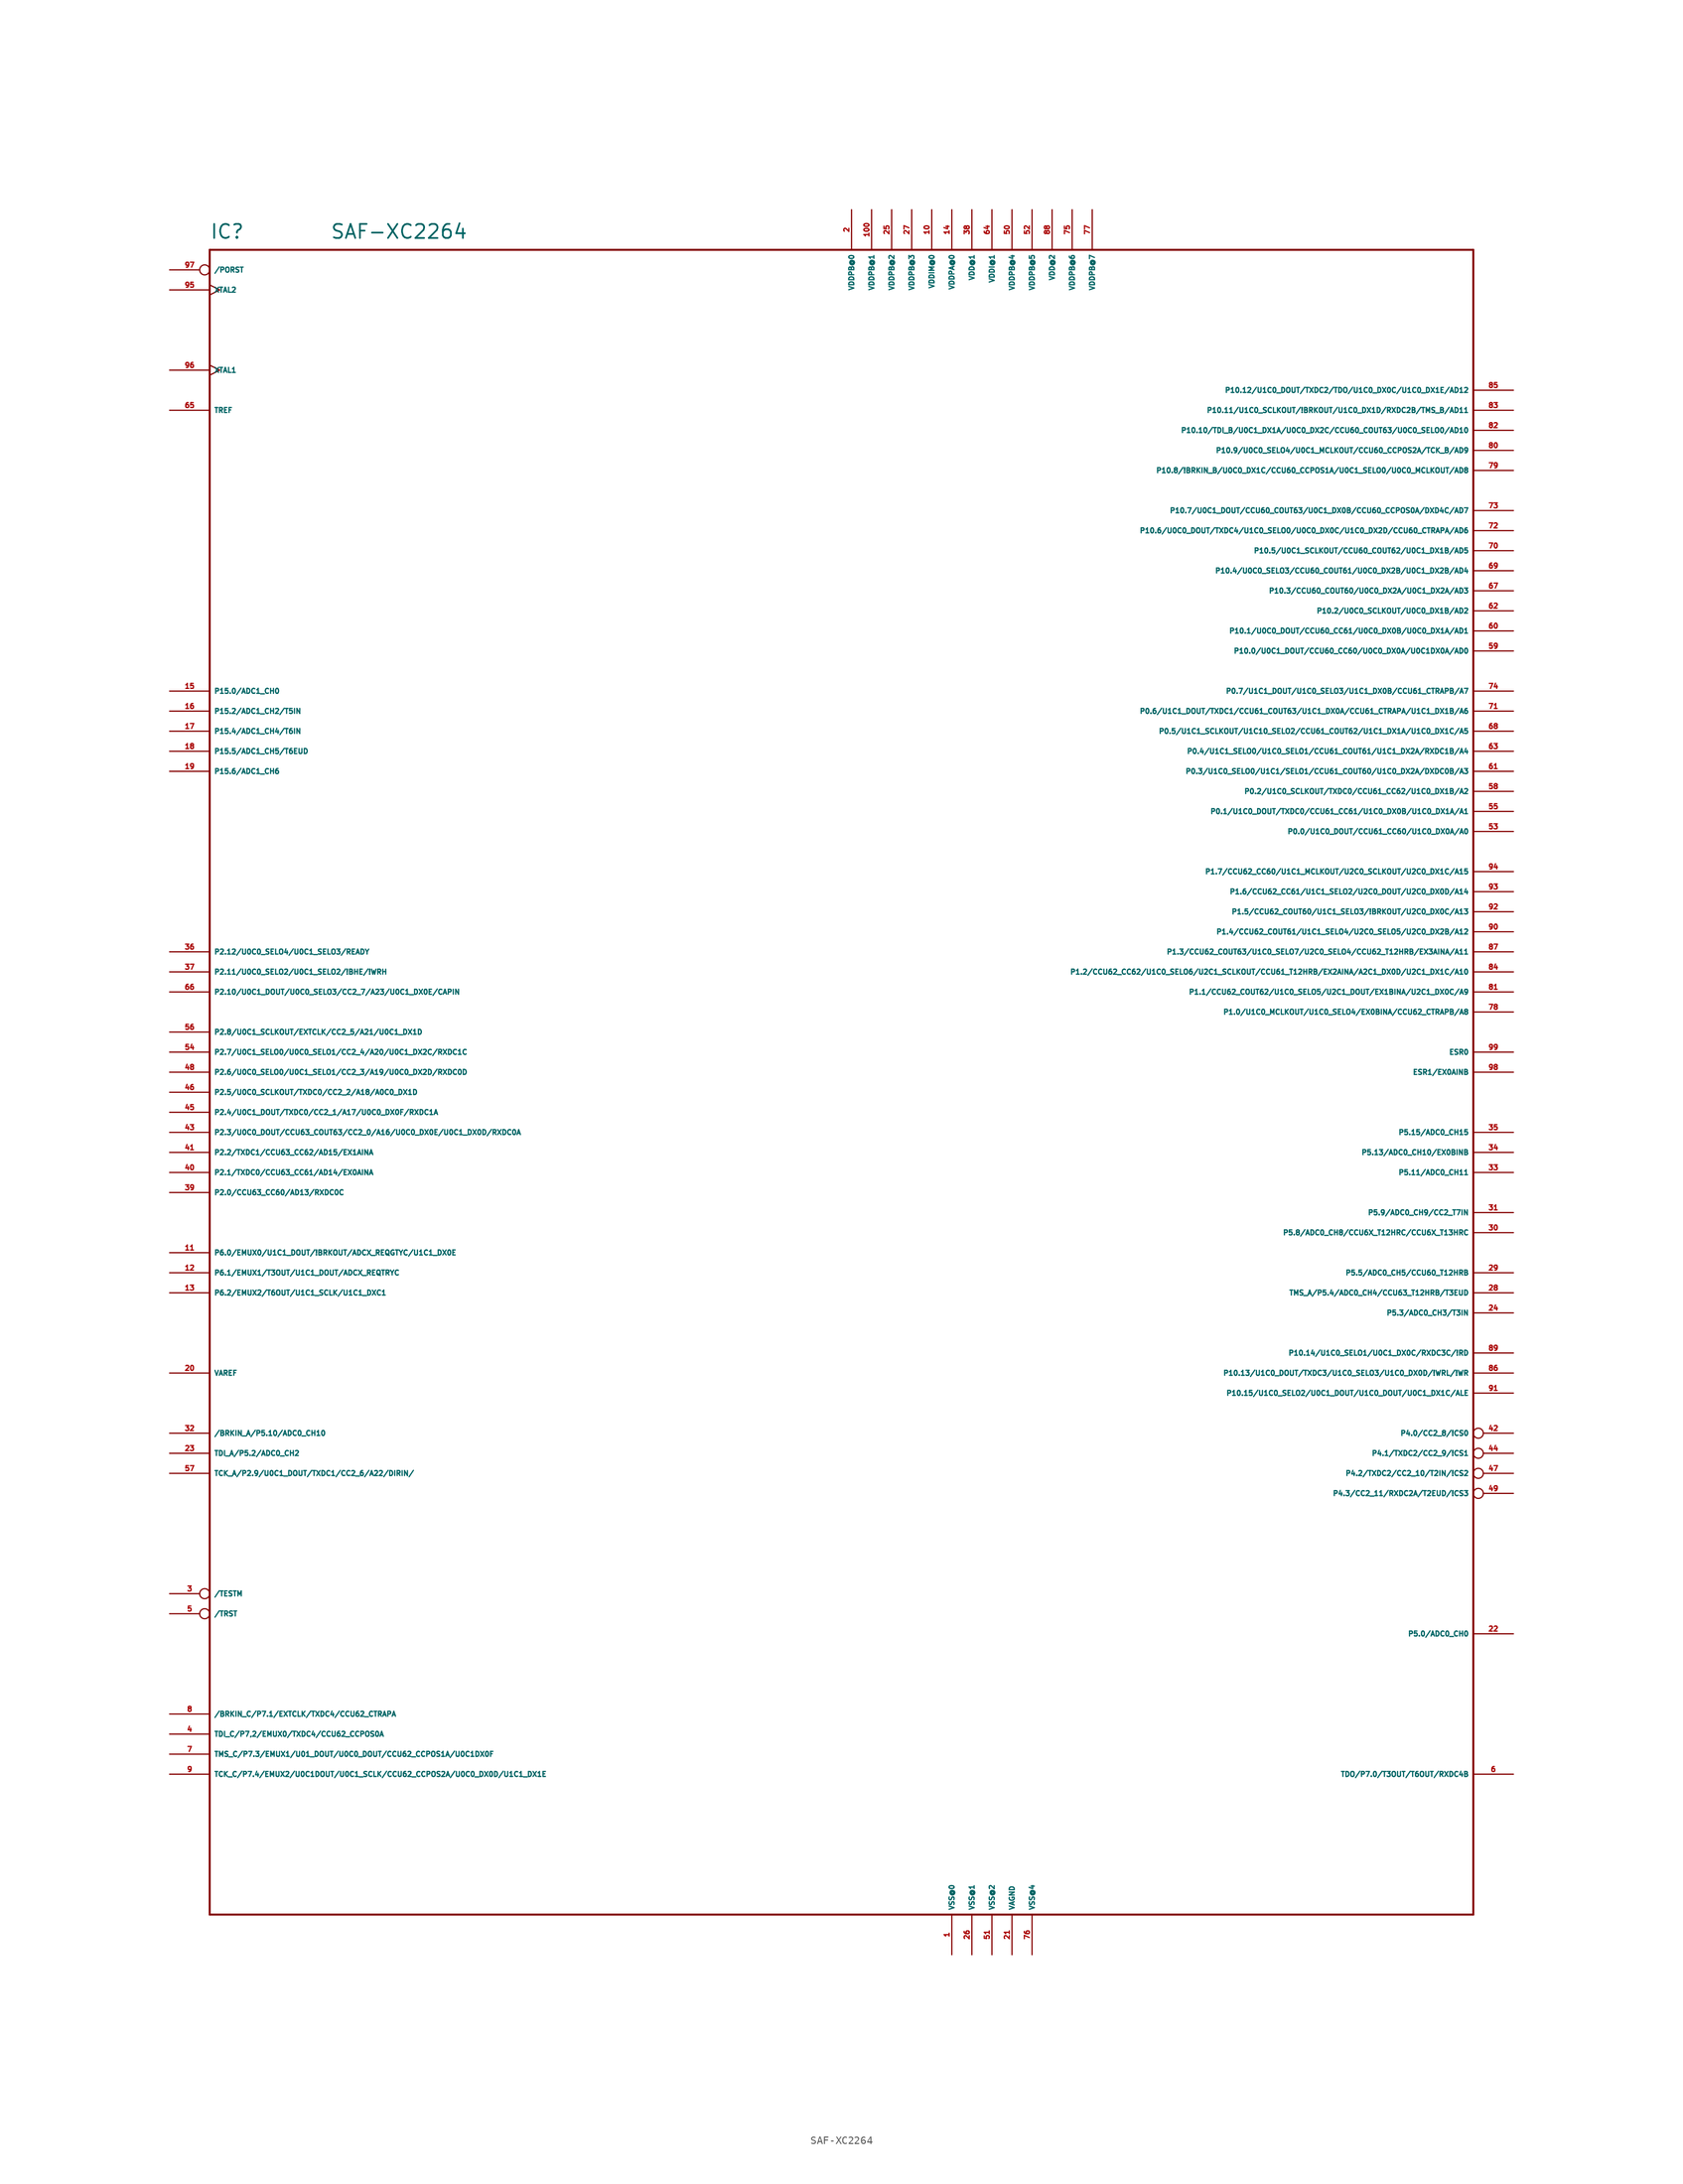
<source format=kicad_sym>
(kicad_symbol_lib
  (version 20220914)
  (generator Eagle2Kicad)
  (symbol "SAF-XC2264"
    (property "Reference" "IC"
      (at -73.66 97.79 0)
      (effects (font (size 1.778 1.778) (thickness 0.22)) (justify left bottom)))
    (property "Value" "SAF-XC2264"
      (at -58.42 97.79 0)
      (effects (font (size 1.778 1.778) (thickness 0.22)) (justify left bottom)))
    (polyline
      (pts (xy -73.66 96.52) (xy 86.36 96.52))
      (stroke (width 0.254) (type default))
      (fill (type none)))
    (polyline
      (pts (xy 86.36 96.52) (xy 86.36 -114.3))
      (stroke (width 0.254) (type default))
      (fill (type none)))
    (polyline
      (pts (xy 86.36 -114.3) (xy -73.66 -114.3))
      (stroke (width 0.254) (type default))
      (fill (type none)))
    (polyline
      (pts (xy -73.66 -114.3) (xy -73.66 96.52))
      (stroke (width 0.254) (type default))
      (fill (type none)))
    (pin unspecified line
      (at 20.32 -119.38 90)
      (length 5.08)
      (name "VSS@0" (effects (font (size 0.635 0.635) (thickness 0.08)) (justify left bottom)))
      (number "1" (effects (font (size 0.635 0.635) (thickness 0.08)) (justify left bottom))))
    (pin unspecified line
      (at 7.62 101.6 270)
      (length 5.08)
      (name "VDDPB@0" (effects (font (size 0.635 0.635) (thickness 0.08)) (justify left bottom)))
      (number "2" (effects (font (size 0.635 0.635) (thickness 0.08)) (justify left bottom))))
    (pin bidirectional inverted
      (at -78.74 -73.66 0)
      (length 5.08)
      (name "/TESTM" (effects (font (size 0.635 0.635) (thickness 0.08)) (justify left bottom)))
      (number "3" (effects (font (size 0.635 0.635) (thickness 0.08)) (justify left bottom))))
    (pin bidirectional line
      (at -78.74 -91.44 0)
      (length 5.08)
      (name "TDI_C/P7,2/EMUX0/TXDC4/CCU62_CCPOS0A" (effects (font (size 0.635 0.635) (thickness 0.08)) (justify left bottom)))
      (number "4" (effects (font (size 0.635 0.635) (thickness 0.08)) (justify left bottom))))
    (pin bidirectional inverted
      (at -78.74 -76.2 0)
      (length 5.08)
      (name "/TRST" (effects (font (size 0.635 0.635) (thickness 0.08)) (justify left bottom)))
      (number "5" (effects (font (size 0.635 0.635) (thickness 0.08)) (justify left bottom))))
    (pin bidirectional line
      (at 91.44 -96.52 180)
      (length 5.08)
      (name "TDO/P7.0/T3OUT/T6OUT/RXDC4B" (effects (font (size 0.635 0.635) (thickness 0.08)) (justify left bottom)))
      (number "6" (effects (font (size 0.635 0.635) (thickness 0.08)) (justify left bottom))))
    (pin bidirectional line
      (at -78.74 -93.98 0)
      (length 5.08)
      (name "TMS_C/P7.3/EMUX1/U01_DOUT/U0C0_DOUT/CCU62_CCPOS1A/U0C1DX0F" (effects (font (size 0.635 0.635) (thickness 0.08)) (justify left bottom)))
      (number "7" (effects (font (size 0.635 0.635) (thickness 0.08)) (justify left bottom))))
    (pin bidirectional line
      (at -78.74 -88.9 0)
      (length 5.08)
      (name "/BRKIN_C/P7.1/EXTCLK/TXDC4/CCU62_CTRAPA" (effects (font (size 0.635 0.635) (thickness 0.08)) (justify left bottom)))
      (number "8" (effects (font (size 0.635 0.635) (thickness 0.08)) (justify left bottom))))
    (pin bidirectional line
      (at -78.74 -96.52 0)
      (length 5.08)
      (name "TCK_C/P7.4/EMUX2/U0C1DOUT/U0C1_SCLK/CCU62_CCPOS2A/U0C0_DX0D/U1C1_DX1E" (effects (font (size 0.635 0.635) (thickness 0.08)) (justify left bottom)))
      (number "9" (effects (font (size 0.635 0.635) (thickness 0.08)) (justify left bottom))))
    (pin bidirectional line
      (at 17.78 101.6 270)
      (length 5.08)
      (name "VDDIM@0" (effects (font (size 0.635 0.635) (thickness 0.08)) (justify left bottom)))
      (number "10" (effects (font (size 0.635 0.635) (thickness 0.08)) (justify left bottom))))
    (pin bidirectional line
      (at -78.74 -30.48 0)
      (length 5.08)
      (name "P6.0/EMUX0/U1C1_DOUT/!BRKOUT/ADCX_REQGTYC/U1C1_DX0E" (effects (font (size 0.635 0.635) (thickness 0.08)) (justify left bottom)))
      (number "11" (effects (font (size 0.635 0.635) (thickness 0.08)) (justify left bottom))))
    (pin bidirectional line
      (at -78.74 -33.02 0)
      (length 5.08)
      (name "P6.1/EMUX1/T3OUT/U1C1_DOUT/ADCX_REQTRYC" (effects (font (size 0.635 0.635) (thickness 0.08)) (justify left bottom)))
      (number "12" (effects (font (size 0.635 0.635) (thickness 0.08)) (justify left bottom))))
    (pin bidirectional line
      (at -78.74 -35.56 0)
      (length 5.08)
      (name "P6.2/EMUX2/T6OUT/U1C1_SCLK/U1C1_DXC1" (effects (font (size 0.635 0.635) (thickness 0.08)) (justify left bottom)))
      (number "13" (effects (font (size 0.635 0.635) (thickness 0.08)) (justify left bottom))))
    (pin bidirectional line
      (at 20.32 101.6 270)
      (length 5.08)
      (name "VDDPA@0" (effects (font (size 0.635 0.635) (thickness 0.08)) (justify left bottom)))
      (number "14" (effects (font (size 0.635 0.635) (thickness 0.08)) (justify left bottom))))
    (pin bidirectional line
      (at -78.74 40.64 0)
      (length 5.08)
      (name "P15.0/ADC1_CH0" (effects (font (size 0.635 0.635) (thickness 0.08)) (justify left bottom)))
      (number "15" (effects (font (size 0.635 0.635) (thickness 0.08)) (justify left bottom))))
    (pin bidirectional line
      (at -78.74 38.1 0)
      (length 5.08)
      (name "P15.2/ADC1_CH2/T5IN" (effects (font (size 0.635 0.635) (thickness 0.08)) (justify left bottom)))
      (number "16" (effects (font (size 0.635 0.635) (thickness 0.08)) (justify left bottom))))
    (pin bidirectional line
      (at -78.74 35.56 0)
      (length 5.08)
      (name "P15.4/ADC1_CH4/T6IN" (effects (font (size 0.635 0.635) (thickness 0.08)) (justify left bottom)))
      (number "17" (effects (font (size 0.635 0.635) (thickness 0.08)) (justify left bottom))))
    (pin bidirectional line
      (at -78.74 33.02 0)
      (length 5.08)
      (name "P15.5/ADC1_CH5/T6EUD" (effects (font (size 0.635 0.635) (thickness 0.08)) (justify left bottom)))
      (number "18" (effects (font (size 0.635 0.635) (thickness 0.08)) (justify left bottom))))
    (pin bidirectional line
      (at -78.74 30.48 0)
      (length 5.08)
      (name "P15.6/ADC1_CH6" (effects (font (size 0.635 0.635) (thickness 0.08)) (justify left bottom)))
      (number "19" (effects (font (size 0.635 0.635) (thickness 0.08)) (justify left bottom))))
    (pin bidirectional line
      (at -78.74 -45.72 0)
      (length 5.08)
      (name "VAREF" (effects (font (size 0.635 0.635) (thickness 0.08)) (justify left bottom)))
      (number "20" (effects (font (size 0.635 0.635) (thickness 0.08)) (justify left bottom))))
    (pin bidirectional line
      (at 27.94 -119.38 90)
      (length 5.08)
      (name "VAGND" (effects (font (size 0.635 0.635) (thickness 0.08)) (justify left bottom)))
      (number "21" (effects (font (size 0.635 0.635) (thickness 0.08)) (justify left bottom))))
    (pin bidirectional line
      (at 91.44 -78.74 180)
      (length 5.08)
      (name "P5.0/ADC0_CH0" (effects (font (size 0.635 0.635) (thickness 0.08)) (justify left bottom)))
      (number "22" (effects (font (size 0.635 0.635) (thickness 0.08)) (justify left bottom))))
    (pin bidirectional line
      (at -78.74 -55.88 0)
      (length 5.08)
      (name "TDI_A/P5.2/ADC0_CH2" (effects (font (size 0.635 0.635) (thickness 0.08)) (justify left bottom)))
      (number "23" (effects (font (size 0.635 0.635) (thickness 0.08)) (justify left bottom))))
    (pin bidirectional line
      (at 91.44 -38.1 180)
      (length 5.08)
      (name "P5.3/ADC0_CH3/T3IN" (effects (font (size 0.635 0.635) (thickness 0.08)) (justify left bottom)))
      (number "24" (effects (font (size 0.635 0.635) (thickness 0.08)) (justify left bottom))))
    (pin bidirectional line
      (at 12.7 101.6 270)
      (length 5.08)
      (name "VDDPB@2" (effects (font (size 0.635 0.635) (thickness 0.08)) (justify left bottom)))
      (number "25" (effects (font (size 0.635 0.635) (thickness 0.08)) (justify left bottom))))
    (pin bidirectional line
      (at 22.86 -119.38 90)
      (length 5.08)
      (name "VSS@1" (effects (font (size 0.635 0.635) (thickness 0.08)) (justify left bottom)))
      (number "26" (effects (font (size 0.635 0.635) (thickness 0.08)) (justify left bottom))))
    (pin bidirectional line
      (at 15.24 101.6 270)
      (length 5.08)
      (name "VDDPB@3" (effects (font (size 0.635 0.635) (thickness 0.08)) (justify left bottom)))
      (number "27" (effects (font (size 0.635 0.635) (thickness 0.08)) (justify left bottom))))
    (pin bidirectional line
      (at 91.44 -35.56 180)
      (length 5.08)
      (name "TMS_A/P5.4/ADC0_CH4/CCU63_T12HRB/T3EUD" (effects (font (size 0.635 0.635) (thickness 0.08)) (justify left bottom)))
      (number "28" (effects (font (size 0.635 0.635) (thickness 0.08)) (justify left bottom))))
    (pin bidirectional line
      (at 91.44 -33.02 180)
      (length 5.08)
      (name "P5.5/ADC0_CH5/CCU60_T12HRB" (effects (font (size 0.635 0.635) (thickness 0.08)) (justify left bottom)))
      (number "29" (effects (font (size 0.635 0.635) (thickness 0.08)) (justify left bottom))))
    (pin bidirectional line
      (at 91.44 -27.94 180)
      (length 5.08)
      (name "P5.8/ADC0_CH8/CCU6X_T12HRC/CCU6X_T13HRC" (effects (font (size 0.635 0.635) (thickness 0.08)) (justify left bottom)))
      (number "30" (effects (font (size 0.635 0.635) (thickness 0.08)) (justify left bottom))))
    (pin bidirectional line
      (at 91.44 -25.4 180)
      (length 5.08)
      (name "P5.9/ADC0_CH9/CC2_T7IN" (effects (font (size 0.635 0.635) (thickness 0.08)) (justify left bottom)))
      (number "31" (effects (font (size 0.635 0.635) (thickness 0.08)) (justify left bottom))))
    (pin bidirectional line
      (at -78.74 -53.34 0)
      (length 5.08)
      (name "/BRKIN_A/P5.10/ADC0_CH10" (effects (font (size 0.635 0.635) (thickness 0.08)) (justify left bottom)))
      (number "32" (effects (font (size 0.635 0.635) (thickness 0.08)) (justify left bottom))))
    (pin bidirectional line
      (at 91.44 -20.32 180)
      (length 5.08)
      (name "P5.11/ADC0_CH11" (effects (font (size 0.635 0.635) (thickness 0.08)) (justify left bottom)))
      (number "33" (effects (font (size 0.635 0.635) (thickness 0.08)) (justify left bottom))))
    (pin bidirectional line
      (at 91.44 -17.78 180)
      (length 5.08)
      (name "P5.13/ADC0_CH10/EX0BINB" (effects (font (size 0.635 0.635) (thickness 0.08)) (justify left bottom)))
      (number "34" (effects (font (size 0.635 0.635) (thickness 0.08)) (justify left bottom))))
    (pin bidirectional line
      (at 91.44 -15.24 180)
      (length 5.08)
      (name "P5.15/ADC0_CH15" (effects (font (size 0.635 0.635) (thickness 0.08)) (justify left bottom)))
      (number "35" (effects (font (size 0.635 0.635) (thickness 0.08)) (justify left bottom))))
    (pin bidirectional line
      (at -78.74 7.62 0)
      (length 5.08)
      (name "P2.12/U0C0_SELO4/U0C1_SELO3/READY" (effects (font (size 0.635 0.635) (thickness 0.08)) (justify left bottom)))
      (number "36" (effects (font (size 0.635 0.635) (thickness 0.08)) (justify left bottom))))
    (pin bidirectional line
      (at -78.74 5.08 0)
      (length 5.08)
      (name "P2.11/U0C0_SELO2/U0C1_SELO2/!BHE/!WRH" (effects (font (size 0.635 0.635) (thickness 0.08)) (justify left bottom)))
      (number "37" (effects (font (size 0.635 0.635) (thickness 0.08)) (justify left bottom))))
    (pin bidirectional line
      (at 22.86 101.6 270)
      (length 5.08)
      (name "VDD@1" (effects (font (size 0.635 0.635) (thickness 0.08)) (justify left bottom)))
      (number "38" (effects (font (size 0.635 0.635) (thickness 0.08)) (justify left bottom))))
    (pin bidirectional line
      (at -78.74 -22.86 0)
      (length 5.08)
      (name "P2.0/CCU63_CC60/AD13/RXDC0C" (effects (font (size 0.635 0.635) (thickness 0.08)) (justify left bottom)))
      (number "39" (effects (font (size 0.635 0.635) (thickness 0.08)) (justify left bottom))))
    (pin bidirectional line
      (at -78.74 -20.32 0)
      (length 5.08)
      (name "P2.1/TXDC0/CCU63_CC61/AD14/EX0AINA" (effects (font (size 0.635 0.635) (thickness 0.08)) (justify left bottom)))
      (number "40" (effects (font (size 0.635 0.635) (thickness 0.08)) (justify left bottom))))
    (pin bidirectional line
      (at -78.74 -17.78 0)
      (length 5.08)
      (name "P2.2/TXDC1/CCU63_CC62/AD15/EX1AINA" (effects (font (size 0.635 0.635) (thickness 0.08)) (justify left bottom)))
      (number "41" (effects (font (size 0.635 0.635) (thickness 0.08)) (justify left bottom))))
    (pin bidirectional inverted
      (at 91.44 -53.34 180)
      (length 5.08)
      (name "P4.0/CC2_8/!CS0" (effects (font (size 0.635 0.635) (thickness 0.08)) (justify left bottom)))
      (number "42" (effects (font (size 0.635 0.635) (thickness 0.08)) (justify left bottom))))
    (pin bidirectional line
      (at -78.74 -15.24 0)
      (length 5.08)
      (name "P2.3/U0C0_DOUT/CCU63_COUT63/CC2_0/A16/U0C0_DX0E/U0C1_DX0D/RXDC0A" (effects (font (size 0.635 0.635) (thickness 0.08)) (justify left bottom)))
      (number "43" (effects (font (size 0.635 0.635) (thickness 0.08)) (justify left bottom))))
    (pin bidirectional inverted
      (at 91.44 -55.88 180)
      (length 5.08)
      (name "P4.1/TXDC2/CC2_9/!CS1" (effects (font (size 0.635 0.635) (thickness 0.08)) (justify left bottom)))
      (number "44" (effects (font (size 0.635 0.635) (thickness 0.08)) (justify left bottom))))
    (pin bidirectional line
      (at -78.74 -12.7 0)
      (length 5.08)
      (name "P2.4/U0C1_DOUT/TXDC0/CC2_1/A17/U0C0_DX0F/RXDC1A" (effects (font (size 0.635 0.635) (thickness 0.08)) (justify left bottom)))
      (number "45" (effects (font (size 0.635 0.635) (thickness 0.08)) (justify left bottom))))
    (pin bidirectional line
      (at -78.74 -10.16 0)
      (length 5.08)
      (name "P2.5/U0C0_SCLKOUT/TXDC0/CC2_2/A18/A0C0_DX1D" (effects (font (size 0.635 0.635) (thickness 0.08)) (justify left bottom)))
      (number "46" (effects (font (size 0.635 0.635) (thickness 0.08)) (justify left bottom))))
    (pin bidirectional inverted
      (at 91.44 -58.42 180)
      (length 5.08)
      (name "P4.2/TXDC2/CC2_10/T2IN/!CS2" (effects (font (size 0.635 0.635) (thickness 0.08)) (justify left bottom)))
      (number "47" (effects (font (size 0.635 0.635) (thickness 0.08)) (justify left bottom))))
    (pin bidirectional line
      (at -78.74 -7.62 0)
      (length 5.08)
      (name "P2.6/U0C0_SELO0/U0C1_SELO1/CC2_3/A19/U0C0_DX2D/RXDC0D" (effects (font (size 0.635 0.635) (thickness 0.08)) (justify left bottom)))
      (number "48" (effects (font (size 0.635 0.635) (thickness 0.08)) (justify left bottom))))
    (pin bidirectional inverted
      (at 91.44 -60.96 180)
      (length 5.08)
      (name "P4.3/CC2_11/RXDC2A/T2EUD/!CS3" (effects (font (size 0.635 0.635) (thickness 0.08)) (justify left bottom)))
      (number "49" (effects (font (size 0.635 0.635) (thickness 0.08)) (justify left bottom))))
    (pin bidirectional line
      (at 27.94 101.6 270)
      (length 5.08)
      (name "VDDPB@4" (effects (font (size 0.635 0.635) (thickness 0.08)) (justify left bottom)))
      (number "50" (effects (font (size 0.635 0.635) (thickness 0.08)) (justify left bottom))))
    (pin bidirectional line
      (at 25.4 -119.38 90)
      (length 5.08)
      (name "VSS@2" (effects (font (size 0.635 0.635) (thickness 0.08)) (justify left bottom)))
      (number "51" (effects (font (size 0.635 0.635) (thickness 0.08)) (justify left bottom))))
    (pin bidirectional line
      (at 30.48 101.6 270)
      (length 5.08)
      (name "VDDPB@5" (effects (font (size 0.635 0.635) (thickness 0.08)) (justify left bottom)))
      (number "52" (effects (font (size 0.635 0.635) (thickness 0.08)) (justify left bottom))))
    (pin bidirectional line
      (at 91.44 22.86 180)
      (length 5.08)
      (name "P0.0/U1C0_DOUT/CCU61_CC60/U1C0_DX0A/A0" (effects (font (size 0.635 0.635) (thickness 0.08)) (justify left bottom)))
      (number "53" (effects (font (size 0.635 0.635) (thickness 0.08)) (justify left bottom))))
    (pin bidirectional line
      (at -78.74 -5.08 0)
      (length 5.08)
      (name "P2.7/U0C1_SELO0/U0C0_SELO1/CC2_4/A20/U0C1_DX2C/RXDC1C" (effects (font (size 0.635 0.635) (thickness 0.08)) (justify left bottom)))
      (number "54" (effects (font (size 0.635 0.635) (thickness 0.08)) (justify left bottom))))
    (pin bidirectional line
      (at 91.44 25.4 180)
      (length 5.08)
      (name "P0.1/U1C0_DOUT/TXDC0/CCU61_CC61/U1C0_DX0B/U1C0_DX1A/A1" (effects (font (size 0.635 0.635) (thickness 0.08)) (justify left bottom)))
      (number "55" (effects (font (size 0.635 0.635) (thickness 0.08)) (justify left bottom))))
    (pin bidirectional line
      (at -78.74 -2.54 0)
      (length 5.08)
      (name "P2.8/U0C1_SCLKOUT/EXTCLK/CC2_5/A21/U0C1_DX1D" (effects (font (size 0.635 0.635) (thickness 0.08)) (justify left bottom)))
      (number "56" (effects (font (size 0.635 0.635) (thickness 0.08)) (justify left bottom))))
    (pin bidirectional line
      (at -78.74 -58.42 0)
      (length 5.08)
      (name "TCK_A/P2.9/U0C1_DOUT/TXDC1/CC2_6/A22/DIRIN/" (effects (font (size 0.635 0.635) (thickness 0.08)) (justify left bottom)))
      (number "57" (effects (font (size 0.635 0.635) (thickness 0.08)) (justify left bottom))))
    (pin bidirectional line
      (at 91.44 27.94 180)
      (length 5.08)
      (name "P0.2/U1C0_SCLKOUT/TXDC0/CCU61_CC62/U1C0_DX1B/A2" (effects (font (size 0.635 0.635) (thickness 0.08)) (justify left bottom)))
      (number "58" (effects (font (size 0.635 0.635) (thickness 0.08)) (justify left bottom))))
    (pin bidirectional line
      (at 91.44 45.72 180)
      (length 5.08)
      (name "P10.0/U0C1_DOUT/CCU60_CC60/U0C0_DX0A/U0C1DX0A/AD0" (effects (font (size 0.635 0.635) (thickness 0.08)) (justify left bottom)))
      (number "59" (effects (font (size 0.635 0.635) (thickness 0.08)) (justify left bottom))))
    (pin bidirectional line
      (at 91.44 48.26 180)
      (length 5.08)
      (name "P10.1/U0C0_DOUT/CCU60_CC61/U0C0_DX0B/U0C0_DX1A/AD1" (effects (font (size 0.635 0.635) (thickness 0.08)) (justify left bottom)))
      (number "60" (effects (font (size 0.635 0.635) (thickness 0.08)) (justify left bottom))))
    (pin bidirectional line
      (at 91.44 30.48 180)
      (length 5.08)
      (name "P0.3/U1C0_SELO0/U1C1/SELO1/CCU61_COUT60/U1C0_DX2A/DXDC0B/A3" (effects (font (size 0.635 0.635) (thickness 0.08)) (justify left bottom)))
      (number "61" (effects (font (size 0.635 0.635) (thickness 0.08)) (justify left bottom))))
    (pin bidirectional line
      (at 91.44 50.8 180)
      (length 5.08)
      (name "P10.2/U0C0_SCLKOUT/U0C0_DX1B/AD2" (effects (font (size 0.635 0.635) (thickness 0.08)) (justify left bottom)))
      (number "62" (effects (font (size 0.635 0.635) (thickness 0.08)) (justify left bottom))))
    (pin bidirectional line
      (at 91.44 33.02 180)
      (length 5.08)
      (name "P0.4/U1C1_SELO0/U1C0_SELO1/CCU61_COUT61/U1C1_DX2A/RXDC1B/A4" (effects (font (size 0.635 0.635) (thickness 0.08)) (justify left bottom)))
      (number "63" (effects (font (size 0.635 0.635) (thickness 0.08)) (justify left bottom))))
    (pin bidirectional line
      (at 25.4 101.6 270)
      (length 5.08)
      (name "VDDI@1" (effects (font (size 0.635 0.635) (thickness 0.08)) (justify left bottom)))
      (number "64" (effects (font (size 0.635 0.635) (thickness 0.08)) (justify left bottom))))
    (pin bidirectional line
      (at -78.74 76.2 0)
      (length 5.08)
      (name "TREF" (effects (font (size 0.635 0.635) (thickness 0.08)) (justify left bottom)))
      (number "65" (effects (font (size 0.635 0.635) (thickness 0.08)) (justify left bottom))))
    (pin bidirectional line
      (at -78.74 2.54 0)
      (length 5.08)
      (name "P2.10/U0C1_DOUT/U0C0_SELO3/CC2_7/A23/U0C1_DX0E/CAPIN" (effects (font (size 0.635 0.635) (thickness 0.08)) (justify left bottom)))
      (number "66" (effects (font (size 0.635 0.635) (thickness 0.08)) (justify left bottom))))
    (pin bidirectional line
      (at 91.44 53.34 180)
      (length 5.08)
      (name "P10.3/CCU60_COUT60/U0C0_DX2A/U0C1_DX2A/AD3" (effects (font (size 0.635 0.635) (thickness 0.08)) (justify left bottom)))
      (number "67" (effects (font (size 0.635 0.635) (thickness 0.08)) (justify left bottom))))
    (pin bidirectional line
      (at 91.44 35.56 180)
      (length 5.08)
      (name "P0.5/U1C1_SCLKOUT/U1C10_SELO2/CCU61_COUT62/U1C1_DX1A/U1C0_DX1C/A5" (effects (font (size 0.635 0.635) (thickness 0.08)) (justify left bottom)))
      (number "68" (effects (font (size 0.635 0.635) (thickness 0.08)) (justify left bottom))))
    (pin bidirectional line
      (at 91.44 55.88 180)
      (length 5.08)
      (name "P10.4/U0C0_SELO3/CCU60_COUT61/U0C0_DX2B/U0C1_DX2B/AD4" (effects (font (size 0.635 0.635) (thickness 0.08)) (justify left bottom)))
      (number "69" (effects (font (size 0.635 0.635) (thickness 0.08)) (justify left bottom))))
    (pin bidirectional line
      (at 91.44 58.42 180)
      (length 5.08)
      (name "P10.5/U0C1_SCLKOUT/CCU60_COUT62/U0C1_DX1B/AD5" (effects (font (size 0.635 0.635) (thickness 0.08)) (justify left bottom)))
      (number "70" (effects (font (size 0.635 0.635) (thickness 0.08)) (justify left bottom))))
    (pin bidirectional line
      (at 91.44 38.1 180)
      (length 5.08)
      (name "P0.6/U1C1_DOUT/TXDC1/CCU61_COUT63/U1C1_DX0A/CCU61_CTRAPA/U1C1_DX1B/A6" (effects (font (size 0.635 0.635) (thickness 0.08)) (justify left bottom)))
      (number "71" (effects (font (size 0.635 0.635) (thickness 0.08)) (justify left bottom))))
    (pin bidirectional line
      (at 91.44 60.96 180)
      (length 5.08)
      (name "P10.6/U0C0_DOUT/TXDC4/U1C0_SELO0/U0C0_DX0C/U1C0_DX2D/CCU60_CTRAPA/AD6" (effects (font (size 0.635 0.635) (thickness 0.08)) (justify left bottom)))
      (number "72" (effects (font (size 0.635 0.635) (thickness 0.08)) (justify left bottom))))
    (pin bidirectional line
      (at 91.44 63.5 180)
      (length 5.08)
      (name "P10.7/U0C1_DOUT/CCU60_COUT63/U0C1_DX0B/CCU60_CCPOS0A/DXD4C/AD7" (effects (font (size 0.635 0.635) (thickness 0.08)) (justify left bottom)))
      (number "73" (effects (font (size 0.635 0.635) (thickness 0.08)) (justify left bottom))))
    (pin bidirectional line
      (at 91.44 40.64 180)
      (length 5.08)
      (name "P0.7/U1C1_DOUT/U1C0_SELO3/U1C1_DX0B/CCU61_CTRAPB/A7" (effects (font (size 0.635 0.635) (thickness 0.08)) (justify left bottom)))
      (number "74" (effects (font (size 0.635 0.635) (thickness 0.08)) (justify left bottom))))
    (pin bidirectional line
      (at 35.56 101.6 270)
      (length 5.08)
      (name "VDDPB@6" (effects (font (size 0.635 0.635) (thickness 0.08)) (justify left bottom)))
      (number "75" (effects (font (size 0.635 0.635) (thickness 0.08)) (justify left bottom))))
    (pin bidirectional line
      (at 30.48 -119.38 90)
      (length 5.08)
      (name "VSS@4" (effects (font (size 0.635 0.635) (thickness 0.08)) (justify left bottom)))
      (number "76" (effects (font (size 0.635 0.635) (thickness 0.08)) (justify left bottom))))
    (pin bidirectional line
      (at 38.1 101.6 270)
      (length 5.08)
      (name "VDDPB@7" (effects (font (size 0.635 0.635) (thickness 0.08)) (justify left bottom)))
      (number "77" (effects (font (size 0.635 0.635) (thickness 0.08)) (justify left bottom))))
    (pin bidirectional line
      (at 91.44 0 180)
      (length 5.08)
      (name "P1.0/U1C0_MCLKOUT/U1C0_SELO4/EX0BINA/CCU62_CTRAPB/A8" (effects (font (size 0.635 0.635) (thickness 0.08)) (justify left bottom)))
      (number "78" (effects (font (size 0.635 0.635) (thickness 0.08)) (justify left bottom))))
    (pin bidirectional line
      (at 91.44 68.58 180)
      (length 5.08)
      (name "P10.8/!BRKIN_B/U0C0_DX1C/CCU60_CCPOS1A/U0C1_SELO0/U0C0_MCLKOUT/AD8" (effects (font (size 0.635 0.635) (thickness 0.08)) (justify left bottom)))
      (number "79" (effects (font (size 0.635 0.635) (thickness 0.08)) (justify left bottom))))
    (pin bidirectional line
      (at 91.44 71.12 180)
      (length 5.08)
      (name "P10.9/U0C0_SELO4/U0C1_MCLKOUT/CCU60_CCPOS2A/TCK_B/AD9" (effects (font (size 0.635 0.635) (thickness 0.08)) (justify left bottom)))
      (number "80" (effects (font (size 0.635 0.635) (thickness 0.08)) (justify left bottom))))
    (pin bidirectional line
      (at 91.44 2.54 180)
      (length 5.08)
      (name "P1.1/CCU62_COUT62/U1C0_SELO5/U2C1_DOUT/EX1BINA/U2C1_DX0C/A9" (effects (font (size 0.635 0.635) (thickness 0.08)) (justify left bottom)))
      (number "81" (effects (font (size 0.635 0.635) (thickness 0.08)) (justify left bottom))))
    (pin bidirectional line
      (at 91.44 73.66 180)
      (length 5.08)
      (name "P10.10/TDI_B/U0C1_DX1A/U0C0_DX2C/CCU60_COUT63/U0C0_SELO0/AD10" (effects (font (size 0.635 0.635) (thickness 0.08)) (justify left bottom)))
      (number "82" (effects (font (size 0.635 0.635) (thickness 0.08)) (justify left bottom))))
    (pin bidirectional line
      (at 91.44 76.2 180)
      (length 5.08)
      (name "P10.11/U1C0_SCLKOUT/!BRKOUT/U1C0_DX1D/RXDC2B/TMS_B/AD11" (effects (font (size 0.635 0.635) (thickness 0.08)) (justify left bottom)))
      (number "83" (effects (font (size 0.635 0.635) (thickness 0.08)) (justify left bottom))))
    (pin bidirectional line
      (at 91.44 5.08 180)
      (length 5.08)
      (name "P1.2/CCU62_CC62/U1C0_SELO6/U2C1_SCLKOUT/CCU61_T12HRB/EX2AINA/A2C1_DX0D/U2C1_DX1C/A10" (effects (font (size 0.635 0.635) (thickness 0.08)) (justify left bottom)))
      (number "84" (effects (font (size 0.635 0.635) (thickness 0.08)) (justify left bottom))))
    (pin bidirectional line
      (at 91.44 78.74 180)
      (length 5.08)
      (name "P10.12/U1C0_DOUT/TXDC2/TDO/U1C0_DX0C/U1C0_DX1E/AD12" (effects (font (size 0.635 0.635) (thickness 0.08)) (justify left bottom)))
      (number "85" (effects (font (size 0.635 0.635) (thickness 0.08)) (justify left bottom))))
    (pin bidirectional line
      (at 91.44 -45.72 180)
      (length 5.08)
      (name "P10.13/U1C0_DOUT/TXDC3/U1C0_SELO3/U1C0_DX0D/!WRL/!WR" (effects (font (size 0.635 0.635) (thickness 0.08)) (justify left bottom)))
      (number "86" (effects (font (size 0.635 0.635) (thickness 0.08)) (justify left bottom))))
    (pin bidirectional line
      (at 91.44 7.62 180)
      (length 5.08)
      (name "P1.3/CCU62_COUT63/U1C0_SELO7/U2C0_SELO4/CCU62_T12HRB/EX3AINA/A11" (effects (font (size 0.635 0.635) (thickness 0.08)) (justify left bottom)))
      (number "87" (effects (font (size 0.635 0.635) (thickness 0.08)) (justify left bottom))))
    (pin bidirectional line
      (at 33.02 101.6 270)
      (length 5.08)
      (name "VDD@2" (effects (font (size 0.635 0.635) (thickness 0.08)) (justify left bottom)))
      (number "88" (effects (font (size 0.635 0.635) (thickness 0.08)) (justify left bottom))))
    (pin bidirectional line
      (at 91.44 -43.18 180)
      (length 5.08)
      (name "P10.14/U1C0_SELO1/U0C1_DX0C/RXDC3C/!RD" (effects (font (size 0.635 0.635) (thickness 0.08)) (justify left bottom)))
      (number "89" (effects (font (size 0.635 0.635) (thickness 0.08)) (justify left bottom))))
    (pin bidirectional line
      (at 91.44 10.16 180)
      (length 5.08)
      (name "P1.4/CCU62_COUT61/U1C1_SELO4/U2C0_SELO5/U2C0_DX2B/A12" (effects (font (size 0.635 0.635) (thickness 0.08)) (justify left bottom)))
      (number "90" (effects (font (size 0.635 0.635) (thickness 0.08)) (justify left bottom))))
    (pin bidirectional line
      (at 91.44 -48.26 180)
      (length 5.08)
      (name "P10.15/U1C0_SELO2/U0C1_DOUT/U1C0_DOUT/U0C1_DX1C/ALE" (effects (font (size 0.635 0.635) (thickness 0.08)) (justify left bottom)))
      (number "91" (effects (font (size 0.635 0.635) (thickness 0.08)) (justify left bottom))))
    (pin bidirectional line
      (at 91.44 12.7 180)
      (length 5.08)
      (name "P1.5/CCU62_COUT60/U1C1_SELO3/!BRKOUT/U2C0_DX0C/A13" (effects (font (size 0.635 0.635) (thickness 0.08)) (justify left bottom)))
      (number "92" (effects (font (size 0.635 0.635) (thickness 0.08)) (justify left bottom))))
    (pin bidirectional line
      (at 91.44 15.24 180)
      (length 5.08)
      (name "P1.6/CCU62_CC61/U1C1_SELO2/U2C0_DOUT/U2C0_DX0D/A14" (effects (font (size 0.635 0.635) (thickness 0.08)) (justify left bottom)))
      (number "93" (effects (font (size 0.635 0.635) (thickness 0.08)) (justify left bottom))))
    (pin bidirectional line
      (at 91.44 17.78 180)
      (length 5.08)
      (name "P1.7/CCU62_CC60/U1C1_MCLKOUT/U2C0_SCLKOUT/U2C0_DX1C/A15" (effects (font (size 0.635 0.635) (thickness 0.08)) (justify left bottom)))
      (number "94" (effects (font (size 0.635 0.635) (thickness 0.08)) (justify left bottom))))
    (pin unspecified clock
      (at -78.74 91.44 0)
      (length 5.08)
      (name "XTAL2" (effects (font (size 0.635 0.635) (thickness 0.08)) (justify left bottom)))
      (number "95" (effects (font (size 0.635 0.635) (thickness 0.08)) (justify left bottom))))
    (pin unspecified clock
      (at -78.74 81.28 0)
      (length 5.08)
      (name "XTAL1" (effects (font (size 0.635 0.635) (thickness 0.08)) (justify left bottom)))
      (number "96" (effects (font (size 0.635 0.635) (thickness 0.08)) (justify left bottom))))
    (pin bidirectional inverted
      (at -78.74 93.98 0)
      (length 5.08)
      (name "/PORST" (effects (font (size 0.635 0.635) (thickness 0.08)) (justify left bottom)))
      (number "97" (effects (font (size 0.635 0.635) (thickness 0.08)) (justify left bottom))))
    (pin bidirectional line
      (at 91.44 -7.62 180)
      (length 5.08)
      (name "ESR1/EX0AINB" (effects (font (size 0.635 0.635) (thickness 0.08)) (justify left bottom)))
      (number "98" (effects (font (size 0.635 0.635) (thickness 0.08)) (justify left bottom))))
    (pin bidirectional line
      (at 91.44 -5.08 180)
      (length 5.08)
      (name "ESR0" (effects (font (size 0.635 0.635) (thickness 0.08)) (justify left bottom)))
      (number "99" (effects (font (size 0.635 0.635) (thickness 0.08)) (justify left bottom))))
    (pin unspecified line
      (at 10.16 101.6 270)
      (length 5.08)
      (name "VDDPB@1" (effects (font (size 0.635 0.635) (thickness 0.08)) (justify left bottom)))
      (number "100" (effects (font (size 0.635 0.635) (thickness 0.08)) (justify left bottom))))))
</source>
